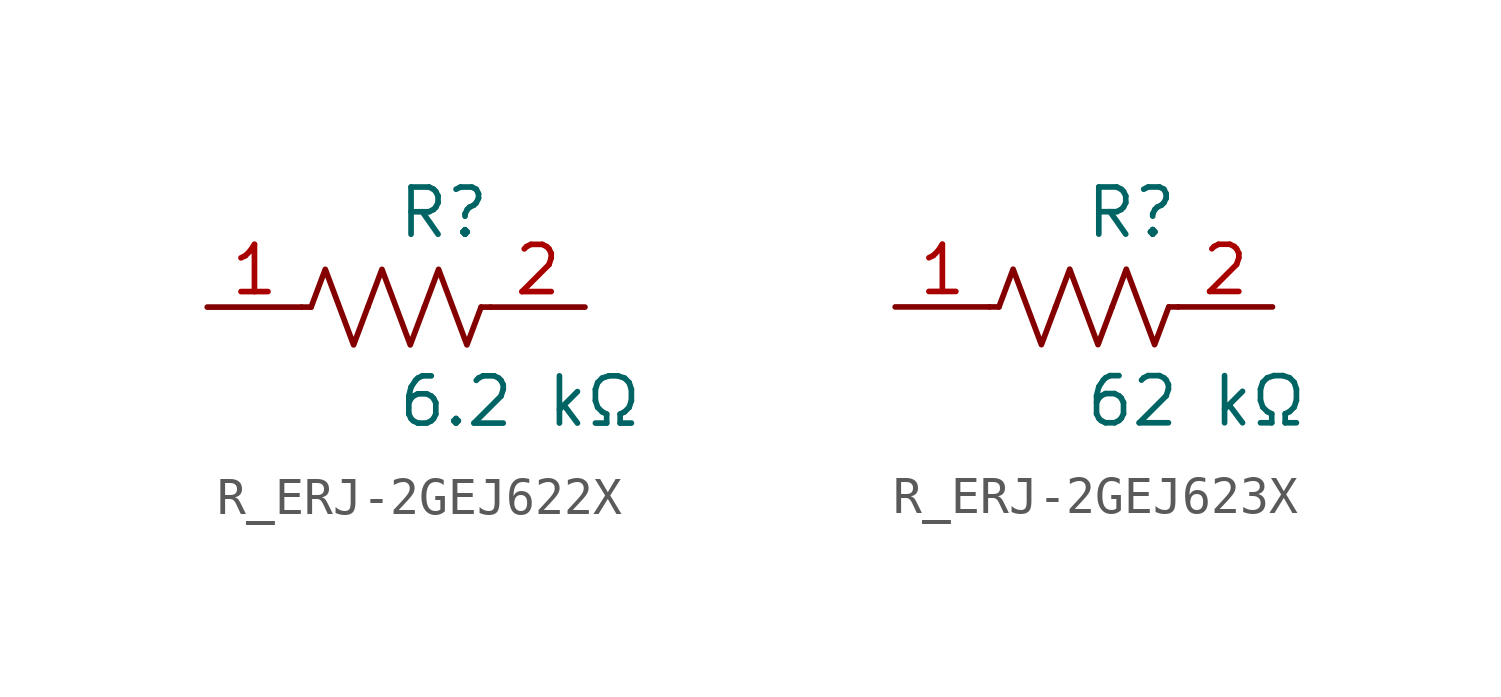
<source format=kicad_sym>
(kicad_symbol_lib
  (version 20231120)
  (generator kicad_symbol_editor)
  (generator_version 8.0)
  (symbol "R_ERJ-2GEJ622X"
    (pin_names
      (offset 0.254))
    (property "Reference" "R"
      (at 0.0 2.54 0)
      (effects (font (size 1.27 1.27)) (justify left)))
    (property "Value" "6.2 kΩ"
      (at 0.0 -2.54 0)
      (effects (font (size 1.27 1.27)) (justify left)))
    (symbol "R_ERJ-2GEJ622X_0_1"
      (polyline (pts (xy 2.286 0) (xy 2.54 0)) (stroke (width 0) (type default)) (fill (type none)))
      (polyline (pts (xy -2.286 0) (xy -2.54 0)) (stroke (width 0) (type default)) (fill (type none)))
      (polyline (pts (xy 0.762 0) (xy 1.143 1.016) (xy 1.524 0) (xy 1.905 -1.016) (xy 2.286 0)) (stroke (width 0) (type default)) (fill (type none)))
      (polyline (pts (xy -0.762 0) (xy -0.381 1.016) (xy 0 0) (xy 0.381 -1.016) (xy 0.762 0)) (stroke (width 0) (type default)) (fill (type none)))
      (polyline (pts (xy -2.286 0) (xy -1.905 1.016) (xy -1.524 0) (xy -1.143 -1.016) (xy -0.762 0)) (stroke (width 0) (type default)) (fill (type none))))
    (pin unspecified line
      (at -5.08 0 0)
      (length 2.54)
      (name "" (effects (font (size 1.27 1.27))))
      (number "1" (effects (font (size 1.27 1.27)))))
    (pin unspecified line
      (at 5.08 0 180)
      (length 2.54)
      (name "" (effects (font (size 1.27 1.27))))
      (number "2" (effects (font (size 1.27 1.27))))))
  (symbol "R_ERJ-2GEJ623X"
    (pin_names
      (offset 0.254))
    (property "Reference" "R"
      (at 0.0 2.54 0)
      (effects (font (size 1.27 1.27)) (justify left)))
    (property "Value" "62 kΩ"
      (at 0.0 -2.54 0)
      (effects (font (size 1.27 1.27)) (justify left)))
    (symbol "R_ERJ-2GEJ623X_0_1"
      (polyline (pts (xy 2.286 0) (xy 2.54 0)) (stroke (width 0) (type default)) (fill (type none)))
      (polyline (pts (xy -2.286 0) (xy -2.54 0)) (stroke (width 0) (type default)) (fill (type none)))
      (polyline (pts (xy 0.762 0) (xy 1.143 1.016) (xy 1.524 0) (xy 1.905 -1.016) (xy 2.286 0)) (stroke (width 0) (type default)) (fill (type none)))
      (polyline (pts (xy -0.762 0) (xy -0.381 1.016) (xy 0 0) (xy 0.381 -1.016) (xy 0.762 0)) (stroke (width 0) (type default)) (fill (type none)))
      (polyline (pts (xy -2.286 0) (xy -1.905 1.016) (xy -1.524 0) (xy -1.143 -1.016) (xy -0.762 0)) (stroke (width 0) (type default)) (fill (type none))))
    (pin unspecified line
      (at -5.08 0 0)
      (length 2.54)
      (name "" (effects (font (size 1.27 1.27))))
      (number "1" (effects (font (size 1.27 1.27)))))
    (pin unspecified line
      (at 5.08 0 180)
      (length 2.54)
      (name "" (effects (font (size 1.27 1.27))))
      (number "2" (effects (font (size 1.27 1.27)))))))
</source>
